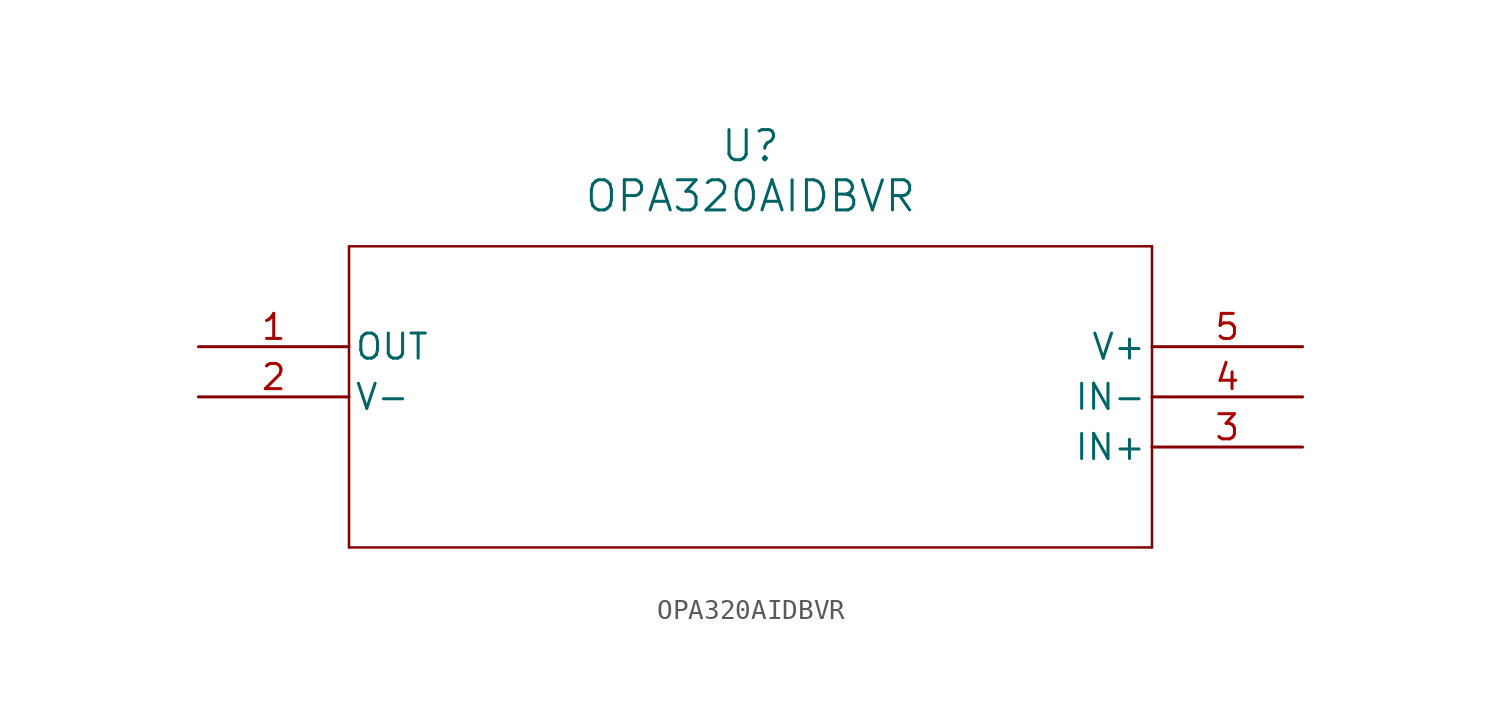
<source format=kicad_sym>
(kicad_symbol_lib
  (version 20211014)
  (generator kicad_symbol_editor)
  (symbol "OPA320AIDBVR"
    (pin_names
      (offset 0.254))
    (property "Reference" "U"
      (at 27.94 10.16 0)
      (effects (font (size 1.524 1.524))))
    (property "Value" "OPA320AIDBVR"
      (at 27.94 7.62 0)
      (effects (font (size 1.524 1.524))))
    (symbol "OPA320AIDBVR_0_1"
      (polyline (pts (xy 7.62 5.08) (xy 7.62 -10.16)) (stroke (width 0.127) (type default) (color 0 0 0 0)) (fill (type none)))
      (polyline (pts (xy 7.62 -10.16) (xy 48.26 -10.16)) (stroke (width 0.127) (type default) (color 0 0 0 0)) (fill (type none)))
      (polyline (pts (xy 48.26 -10.16) (xy 48.26 5.08)) (stroke (width 0.127) (type default) (color 0 0 0 0)) (fill (type none)))
      (polyline (pts (xy 48.26 5.08) (xy 7.62 5.08)) (stroke (width 0.127) (type default) (color 0 0 0 0)) (fill (type none)))
      (pin output line (at 0 0 0) (length 7.62) (name "OUT" (effects (font (size 1.27 1.27)))) (number "1" (effects (font (size 1.27 1.27)))))
      (pin power_in line (at 0 -2.54 0) (length 7.62) (name "V-" (effects (font (size 1.27 1.27)))) (number "2" (effects (font (size 1.27 1.27)))))
      (pin input line (at 55.88 -5.08 180) (length 7.62) (name "IN+" (effects (font (size 1.27 1.27)))) (number "3" (effects (font (size 1.27 1.27)))))
      (pin input line (at 55.88 -2.54 180) (length 7.62) (name "IN-" (effects (font (size 1.27 1.27)))) (number "4" (effects (font (size 1.27 1.27)))))
      (pin power_in line (at 55.88 0 180) (length 7.62) (name "V+" (effects (font (size 1.27 1.27)))) (number "5" (effects (font (size 1.27 1.27))))))))
</source>
